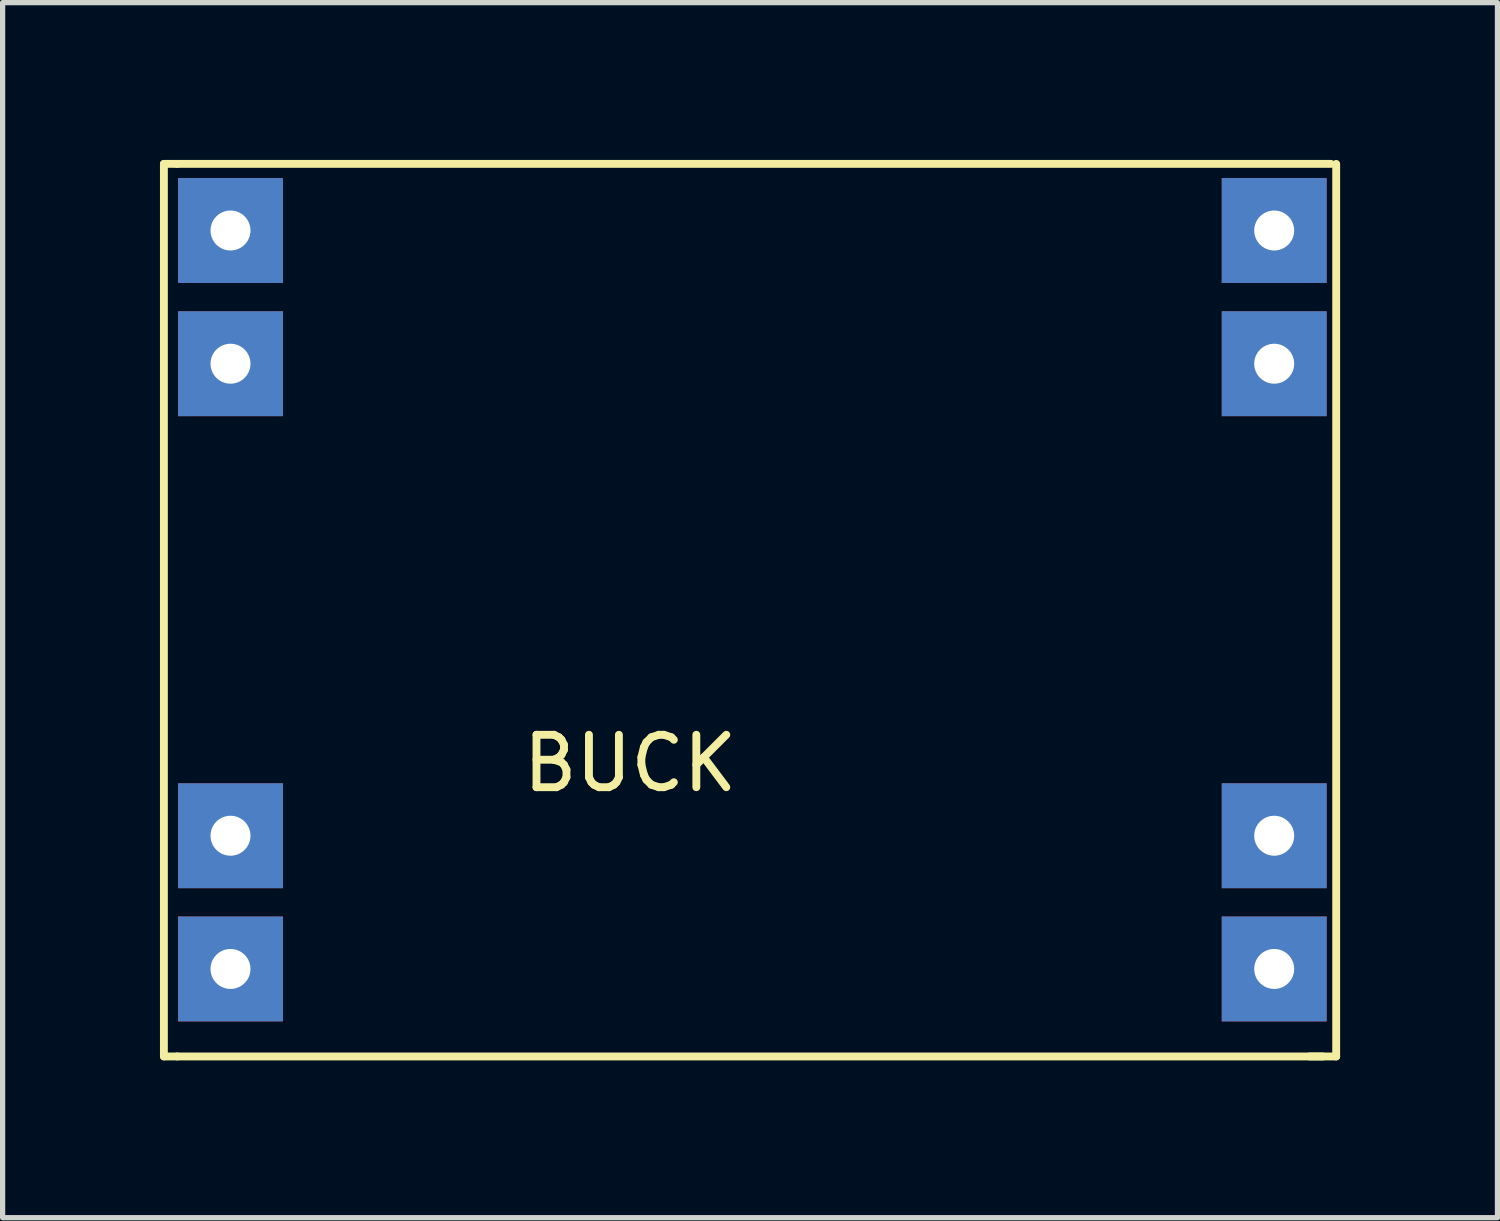
<source format=kicad_pcb>
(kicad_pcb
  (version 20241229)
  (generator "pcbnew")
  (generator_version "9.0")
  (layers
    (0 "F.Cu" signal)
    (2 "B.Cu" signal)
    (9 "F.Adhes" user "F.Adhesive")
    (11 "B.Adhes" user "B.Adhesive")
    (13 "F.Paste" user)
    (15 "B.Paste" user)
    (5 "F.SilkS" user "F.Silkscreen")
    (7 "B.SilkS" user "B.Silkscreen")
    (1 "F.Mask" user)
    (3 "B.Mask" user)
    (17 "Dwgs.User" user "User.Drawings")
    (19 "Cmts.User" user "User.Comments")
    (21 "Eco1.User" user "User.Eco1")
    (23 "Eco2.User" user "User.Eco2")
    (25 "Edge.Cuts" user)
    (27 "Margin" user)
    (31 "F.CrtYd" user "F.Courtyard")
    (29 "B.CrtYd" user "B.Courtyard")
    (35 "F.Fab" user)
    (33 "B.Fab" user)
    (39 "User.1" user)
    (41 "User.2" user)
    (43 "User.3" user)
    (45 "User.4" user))
  (footprint "BUCK"
    (layer "F.Cu")
    (at 8.965 6.425)
    (property "Reference" "BUCK" (at 0 5.08 0) (layer "F.SilkS") (effects (font (size 1 1) (thickness 0.15))))
    (attr through_hole)
    (fp_line (start -8.89 -6.35) (end -8.89 10.668) (stroke (width 0.15) (type solid)) (layer "F.SilkS"))
    (fp_line (start -8.89 10.668) (end -8.636 10.668) (stroke (width 0.15) (type solid)) (layer "F.SilkS"))
    (fp_line (start -8.636 -6.35) (end -8.89 -6.35) (stroke (width 0.15) (type solid)) (layer "F.SilkS"))
    (fp_line (start -8.636 -6.35) (end 13.364 -6.35) (stroke (width 0.15) (type solid)) (layer "F.SilkS"))
    (fp_line (start -8.636 10.668) (end 13.208 10.668) (stroke (width 0.15) (type solid)) (layer "F.SilkS"))
    (fp_line (start 13.462 -6.35) (end 13.462 10.668) (stroke (width 0.15) (type solid)) (layer "F.SilkS"))
    (fp_line (start 13.462 10.668) (end 12.954 10.668) (stroke (width 0.15) (type solid)) (layer "F.SilkS"))
    (pad "1" thru_hole rect (at -7.62 6.46) (size 2 2) (drill 0.762) (layers "*.Cu" "*.Mask"))
    (pad "1" thru_hole rect (at -7.62 9) (size 2 2) (drill 0.762) (layers "*.Cu" "*.Mask"))
    (pad "2" thru_hole rect (at -7.62 -5.08) (size 2 2) (drill 0.762) (layers "*.Cu" "*.Mask"))
    (pad "2" thru_hole rect (at -7.62 -2.54) (size 2 2) (drill 0.762) (layers "*.Cu" "*.Mask"))
    (pad "3" thru_hole rect (at 12.28 -5.08) (size 2 2) (drill 0.762) (layers "*.Cu" "*.Mask"))
    (pad "3" thru_hole rect (at 12.28 -2.54) (size 2 2) (drill 0.762) (layers "*.Cu" "*.Mask"))
    (pad "4" thru_hole rect (at 12.28 6.46) (size 2 2) (drill 0.762) (layers "*.Cu" "*.Mask"))
    (pad "4" thru_hole rect (at 12.28 9) (size 2 2) (drill 0.762) (layers "*.Cu" "*.Mask")))
  (gr_rect
    (start -3 -3)
    (end 25.502 20.168)
    (stroke (width 0.1) (type default))
    (fill no)
    (layer "Edge.Cuts")))
</source>
